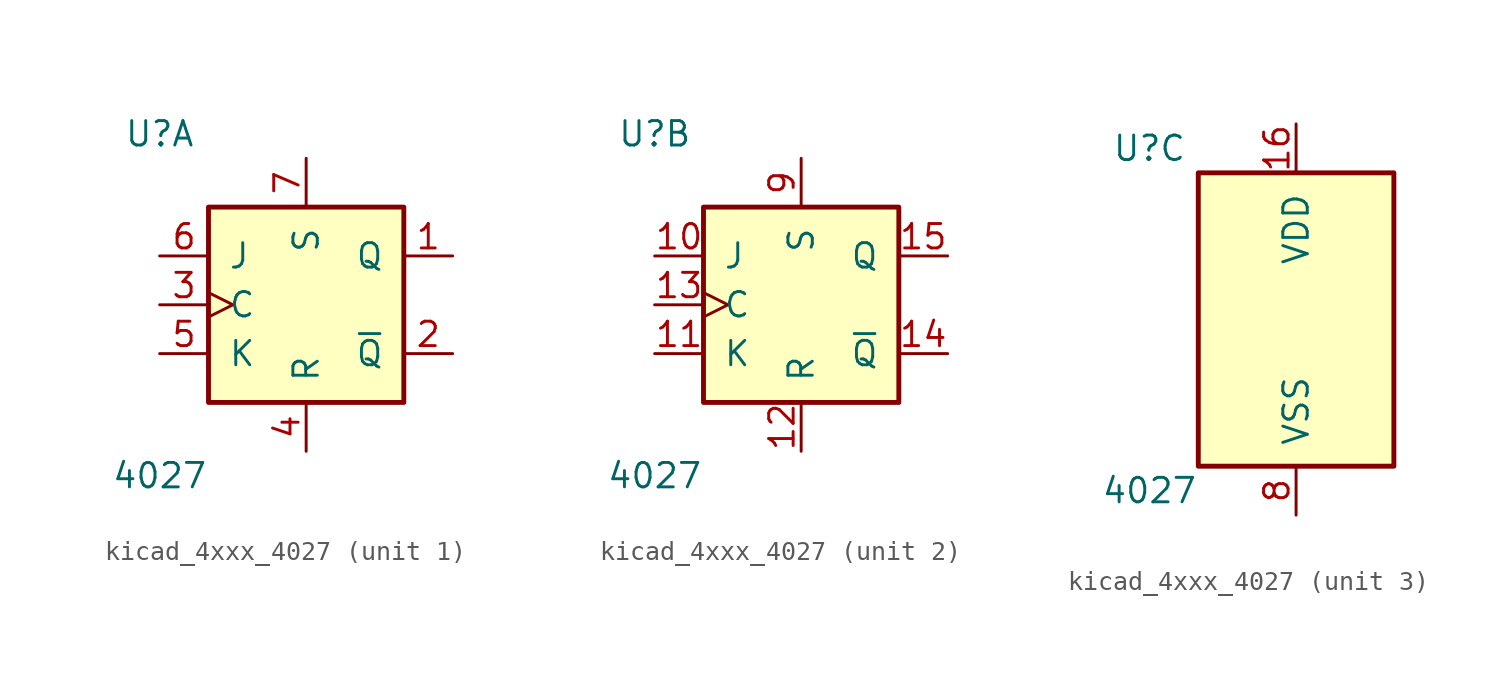
<source format=kicad_sym>
(kicad_symbol_lib
  (version 20220914)
  (generator kicad_symbol_editor)
  (symbol "kicad_4xxx_4027"
    (pin_names
      (offset 1.016))
    (property "Reference" "U"
      (at -7.62 8.89 0)
      (effects (font (size 1.27 1.27))))
    (property "Value" "4027"
      (at -7.62 -8.89 0)
      (effects (font (size 1.27 1.27))))
    (property "ki_locked" ""
      (at 0 0 0)
      (effects (font (size 1.27 1.27))))
    (symbol "kicad_4xxx_4027_1_1"
      (rectangle (start -5.08 5.08) (end 5.08 -5.08) (stroke (width 0.254) (type default)) (fill (type background)))
      (pin output line (at 7.62 2.54 180) (length 2.54) (name "Q" (effects (font (size 1.27 1.27)))) (number "1" (effects (font (size 1.27 1.27)))))
      (pin output line (at 7.62 -2.54 180) (length 2.54) (name "~{Q}" (effects (font (size 1.27 1.27)))) (number "2" (effects (font (size 1.27 1.27)))))
      (pin input clock (at -7.62 0 0) (length 2.54) (name "C" (effects (font (size 1.27 1.27)))) (number "3" (effects (font (size 1.27 1.27)))))
      (pin input line (at 0 -7.62 90) (length 2.54) (name "R" (effects (font (size 1.27 1.27)))) (number "4" (effects (font (size 1.27 1.27)))))
      (pin input line (at -7.62 -2.54 0) (length 2.54) (name "K" (effects (font (size 1.27 1.27)))) (number "5" (effects (font (size 1.27 1.27)))))
      (pin input line (at -7.62 2.54 0) (length 2.54) (name "J" (effects (font (size 1.27 1.27)))) (number "6" (effects (font (size 1.27 1.27)))))
      (pin input line (at 0 7.62 270) (length 2.54) (name "S" (effects (font (size 1.27 1.27)))) (number "7" (effects (font (size 1.27 1.27))))))
    (symbol "kicad_4xxx_4027_2_1"
      (rectangle (start -5.08 5.08) (end 5.08 -5.08) (stroke (width 0.254) (type default)) (fill (type background)))
      (pin input line (at -7.62 2.54 0) (length 2.54) (name "J" (effects (font (size 1.27 1.27)))) (number "10" (effects (font (size 1.27 1.27)))))
      (pin input line (at -7.62 -2.54 0) (length 2.54) (name "K" (effects (font (size 1.27 1.27)))) (number "11" (effects (font (size 1.27 1.27)))))
      (pin input line (at 0 -7.62 90) (length 2.54) (name "R" (effects (font (size 1.27 1.27)))) (number "12" (effects (font (size 1.27 1.27)))))
      (pin input clock (at -7.62 0 0) (length 2.54) (name "C" (effects (font (size 1.27 1.27)))) (number "13" (effects (font (size 1.27 1.27)))))
      (pin output line (at 7.62 -2.54 180) (length 2.54) (name "~{Q}" (effects (font (size 1.27 1.27)))) (number "14" (effects (font (size 1.27 1.27)))))
      (pin output line (at 7.62 2.54 180) (length 2.54) (name "Q" (effects (font (size 1.27 1.27)))) (number "15" (effects (font (size 1.27 1.27)))))
      (pin input line (at 0 7.62 270) (length 2.54) (name "S" (effects (font (size 1.27 1.27)))) (number "9" (effects (font (size 1.27 1.27))))))
    (symbol "kicad_4xxx_4027_3_0"
      (pin power_in line (at 0 10.16 270) (length 2.54) (name "VDD" (effects (font (size 1.27 1.27)))) (number "16" (effects (font (size 1.27 1.27)))))
      (pin power_in line (at 0 -10.16 90) (length 2.54) (name "VSS" (effects (font (size 1.27 1.27)))) (number "8" (effects (font (size 1.27 1.27))))))
    (symbol "kicad_4xxx_4027_3_1"
      (rectangle (start -5.08 7.62) (end 5.08 -7.62) (stroke (width 0.254) (type default)) (fill (type background))))))
</source>
